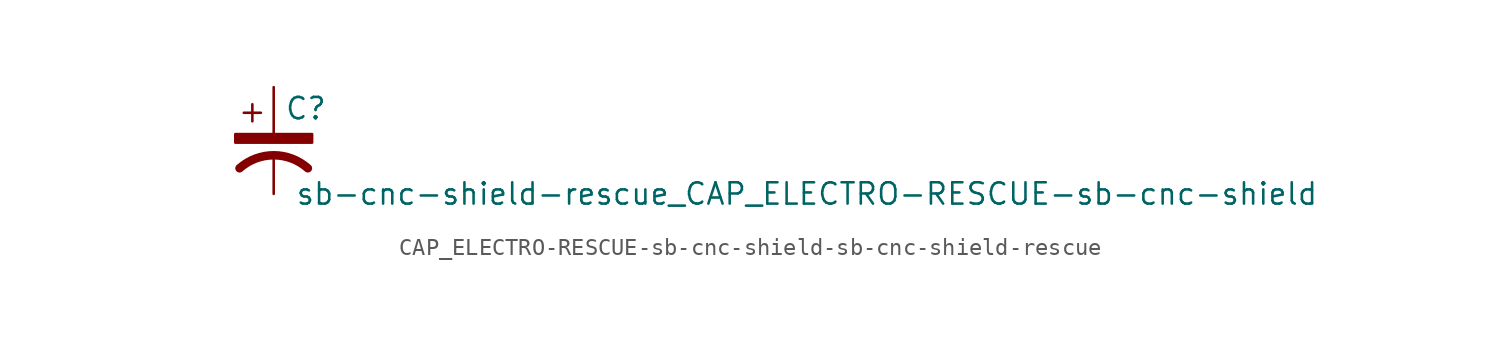
<source format=kicad_sym>
(kicad_symbol_lib
  (version 20220914)
  (generator kicad_symbol_editor)
  (symbol "CAP_ELECTRO-RESCUE-sb-cnc-shield-sb-cnc-shield-rescue"
    (pin_numbers hide)
    (pin_names
      (offset 0.254))
    (property "Reference" "C"
      (at 0.635 2.54 0)
      (effects (font (size 1.27 1.27)) (justify left)))
    (property "Value" "sb-cnc-shield-rescue_CAP_ELECTRO-RESCUE-sb-cnc-shield"
      (at 1.27 -2.54 0)
      (effects (font (size 1.27 1.27)) (justify left)))
    (property "Footprint" ""
      (at -5.385 -3.81 0)
      (effects (font (size 0.762 0.762))))
    (property "Datasheet" ""
      (at 0 -1.27 0)
      (effects (font (size 1.524 1.524))))
    (symbol "CAP_ELECTRO-RESCUE-sb-cnc-shield-sb-cnc-shield-rescue_0_1"
      (rectangle (start -2.286 1.016) (end 2.286 0.508) (stroke (width 0) (type solid)) (fill (type outline)))
      (polyline (pts (xy -1.778 2.286) (xy -0.762 2.286)) (stroke (width 0) (type solid)) (fill (type none)))
      (polyline (pts (xy -1.27 2.794) (xy -1.27 1.778)) (stroke (width 0) (type solid)) (fill (type none)))
      (arc (start 2.032 -1.016) (mid 0 -0.2434) (end -2.032 -1.016) (stroke (width 0.508) (type solid)) (fill (type none))))
    (symbol "CAP_ELECTRO-RESCUE-sb-cnc-shield-sb-cnc-shield-rescue_1_1"
      (pin passive line (at 0 3.81 270) (length 2.794) (name "~" (effects (font (size 1.016 1.016)))) (number "1" (effects (font (size 1.016 1.016)))))
      (pin passive line (at 0 -2.54 90) (length 2.286) (name "~" (effects (font (size 1.016 1.016)))) (number "2" (effects (font (size 1.016 1.016))))))))
</source>
